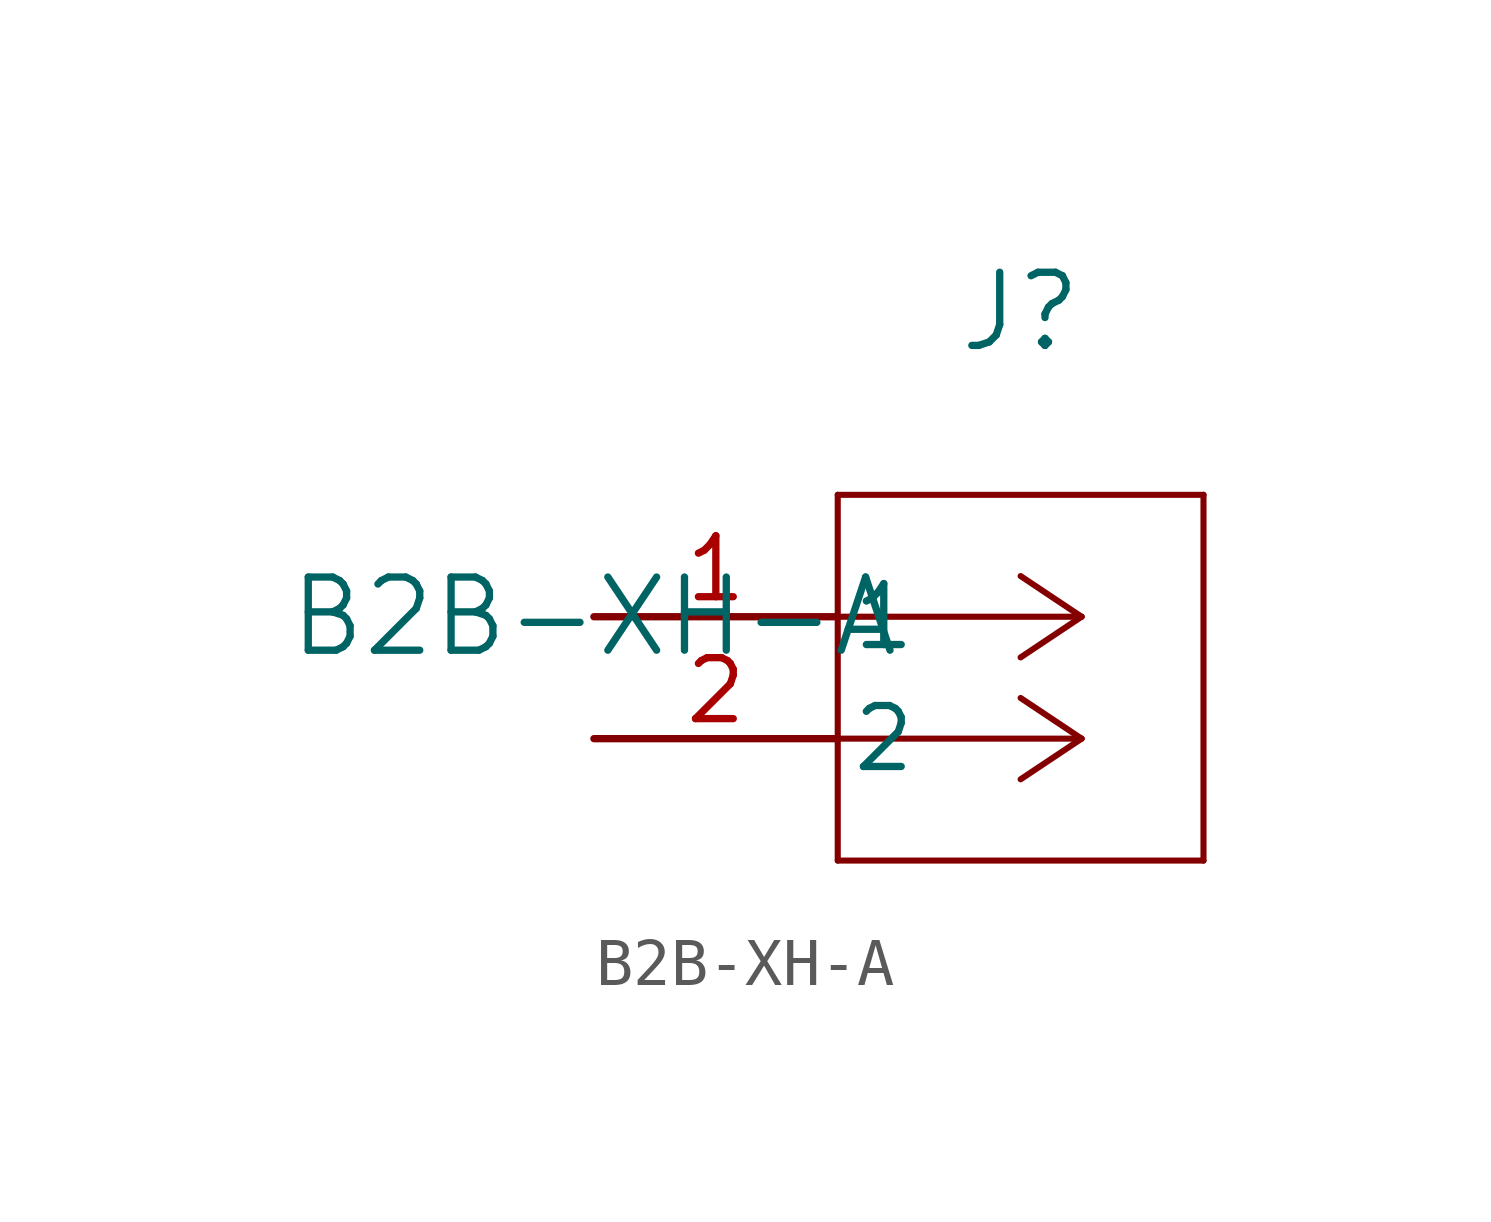
<source format=kicad_sym>
(kicad_symbol_lib
  (version 20220914)
  (generator kicad_symbol_editor)
  (symbol "B2B-XH-A"
    (pin_names
      (offset 0.254))
    (property "Reference" "J"
      (at 8.89 6.35 0)
      (effects (font (size 1.524 1.524))))
    (property "Value" "B2B-XH-A"
      (at 0 0 0)
      (effects (font (size 1.524 1.524))))
    (property "ki_locked" ""
      (at 0 0 0)
      (effects (font (size 1.27 1.27))))
    (symbol "B2B-XH-A_1_1"
      (polyline (pts (xy 5.08 -5.08) (xy 12.7 -5.08)) (stroke (width 0.127) (type default)) (fill (type none)))
      (polyline (pts (xy 5.08 2.54) (xy 5.08 -5.08)) (stroke (width 0.127) (type default)) (fill (type none)))
      (polyline (pts (xy 10.16 -2.54) (xy 5.08 -2.54)) (stroke (width 0.127) (type default)) (fill (type none)))
      (polyline (pts (xy 10.16 -2.54) (xy 8.89 -3.387)) (stroke (width 0.127) (type default)) (fill (type none)))
      (polyline (pts (xy 10.16 -2.54) (xy 8.89 -1.693)) (stroke (width 0.127) (type default)) (fill (type none)))
      (polyline (pts (xy 10.16 0) (xy 5.08 0)) (stroke (width 0.127) (type default)) (fill (type none)))
      (polyline (pts (xy 10.16 0) (xy 8.89 -0.847)) (stroke (width 0.127) (type default)) (fill (type none)))
      (polyline (pts (xy 10.16 0) (xy 8.89 0.847)) (stroke (width 0.127) (type default)) (fill (type none)))
      (polyline (pts (xy 12.7 -5.08) (xy 12.7 2.54)) (stroke (width 0.127) (type default)) (fill (type none)))
      (polyline (pts (xy 12.7 2.54) (xy 5.08 2.54)) (stroke (width 0.127) (type default)) (fill (type none)))
      (pin unspecified line (at 0 0 0) (length 5.08) (name "1" (effects (font (size 1.27 1.27)))) (number "1" (effects (font (size 1.27 1.27)))))
      (pin unspecified line (at 0 -2.54 0) (length 5.08) (name "2" (effects (font (size 1.27 1.27)))) (number "2" (effects (font (size 1.27 1.27))))))))
</source>
